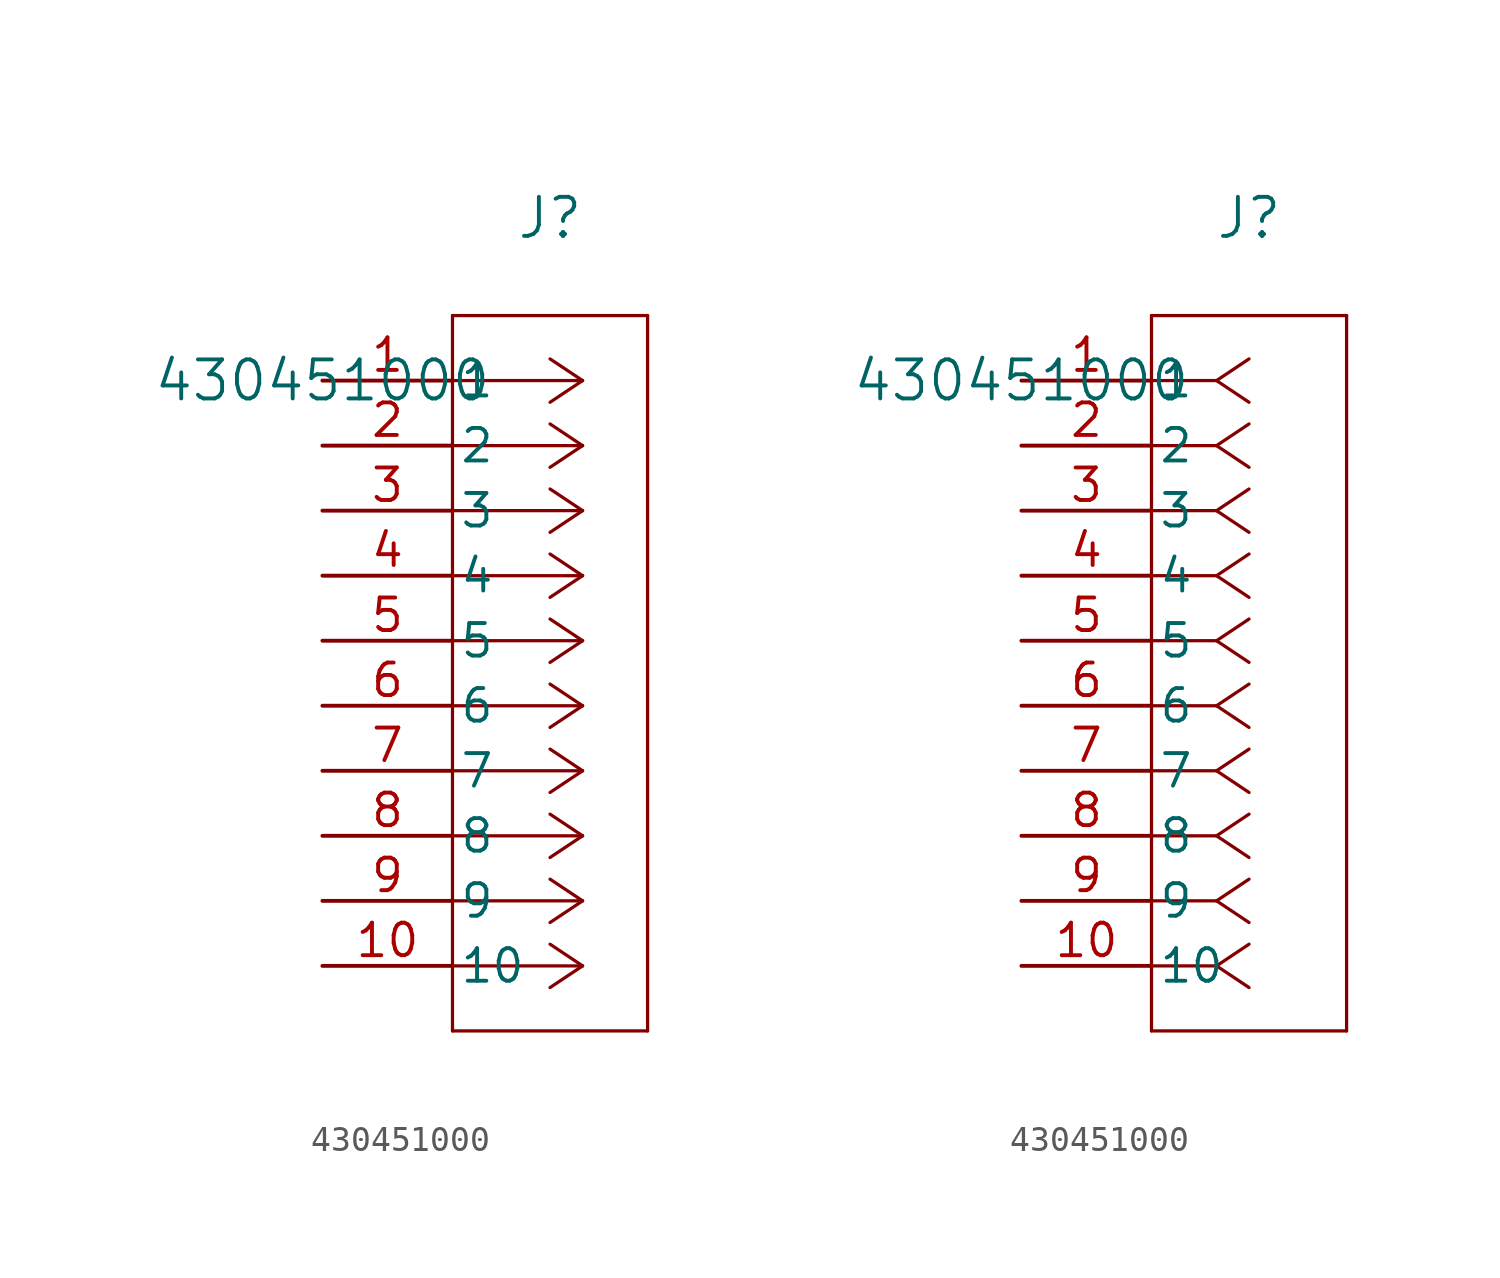
<source format=kicad_sym>
(kicad_symbol_lib
  (version 20231120)
  (generator "kicad_symbol_editor")
  (generator_version "8.0")
  (symbol "430451000"
    (pin_names
      (offset 0.254))
    (property "Reference" "J"
      (at 8.89 6.35 0)
      (effects (font (size 1.524 1.524))))
    (property "Value" "430451000"
      (at 0 0 0)
      (effects (font (size 1.524 1.524))))
    (property "ki_locked" ""
      (at 0 0 0)
      (effects (font (size 1.27 1.27))))
    (symbol "430451000_1_1"
      (polyline (pts (xy 5.08 -25.4) (xy 12.7 -25.4)) (stroke (width 0.127) (type default)) (fill (type none)))
      (polyline (pts (xy 5.08 2.54) (xy 5.08 -25.4)) (stroke (width 0.127) (type default)) (fill (type none)))
      (polyline (pts (xy 10.16 -22.86) (xy 5.08 -22.86)) (stroke (width 0.127) (type default)) (fill (type none)))
      (polyline (pts (xy 10.16 -22.86) (xy 8.89 -23.707)) (stroke (width 0.127) (type default)) (fill (type none)))
      (polyline (pts (xy 10.16 -22.86) (xy 8.89 -22.013)) (stroke (width 0.127) (type default)) (fill (type none)))
      (polyline (pts (xy 10.16 -20.32) (xy 5.08 -20.32)) (stroke (width 0.127) (type default)) (fill (type none)))
      (polyline (pts (xy 10.16 -20.32) (xy 8.89 -21.167)) (stroke (width 0.127) (type default)) (fill (type none)))
      (polyline (pts (xy 10.16 -20.32) (xy 8.89 -19.473)) (stroke (width 0.127) (type default)) (fill (type none)))
      (polyline (pts (xy 10.16 -17.78) (xy 5.08 -17.78)) (stroke (width 0.127) (type default)) (fill (type none)))
      (polyline (pts (xy 10.16 -17.78) (xy 8.89 -18.627)) (stroke (width 0.127) (type default)) (fill (type none)))
      (polyline (pts (xy 10.16 -17.78) (xy 8.89 -16.933)) (stroke (width 0.127) (type default)) (fill (type none)))
      (polyline (pts (xy 10.16 -15.24) (xy 5.08 -15.24)) (stroke (width 0.127) (type default)) (fill (type none)))
      (polyline (pts (xy 10.16 -15.24) (xy 8.89 -16.087)) (stroke (width 0.127) (type default)) (fill (type none)))
      (polyline (pts (xy 10.16 -15.24) (xy 8.89 -14.393)) (stroke (width 0.127) (type default)) (fill (type none)))
      (polyline (pts (xy 10.16 -12.7) (xy 5.08 -12.7)) (stroke (width 0.127) (type default)) (fill (type none)))
      (polyline (pts (xy 10.16 -12.7) (xy 8.89 -13.547)) (stroke (width 0.127) (type default)) (fill (type none)))
      (polyline (pts (xy 10.16 -12.7) (xy 8.89 -11.853)) (stroke (width 0.127) (type default)) (fill (type none)))
      (polyline (pts (xy 10.16 -10.16) (xy 5.08 -10.16)) (stroke (width 0.127) (type default)) (fill (type none)))
      (polyline (pts (xy 10.16 -10.16) (xy 8.89 -11.007)) (stroke (width 0.127) (type default)) (fill (type none)))
      (polyline (pts (xy 10.16 -10.16) (xy 8.89 -9.313)) (stroke (width 0.127) (type default)) (fill (type none)))
      (polyline (pts (xy 10.16 -7.62) (xy 5.08 -7.62)) (stroke (width 0.127) (type default)) (fill (type none)))
      (polyline (pts (xy 10.16 -7.62) (xy 8.89 -8.467)) (stroke (width 0.127) (type default)) (fill (type none)))
      (polyline (pts (xy 10.16 -7.62) (xy 8.89 -6.773)) (stroke (width 0.127) (type default)) (fill (type none)))
      (polyline (pts (xy 10.16 -5.08) (xy 5.08 -5.08)) (stroke (width 0.127) (type default)) (fill (type none)))
      (polyline (pts (xy 10.16 -5.08) (xy 8.89 -5.927)) (stroke (width 0.127) (type default)) (fill (type none)))
      (polyline (pts (xy 10.16 -5.08) (xy 8.89 -4.233)) (stroke (width 0.127) (type default)) (fill (type none)))
      (polyline (pts (xy 10.16 -2.54) (xy 5.08 -2.54)) (stroke (width 0.127) (type default)) (fill (type none)))
      (polyline (pts (xy 10.16 -2.54) (xy 8.89 -3.387)) (stroke (width 0.127) (type default)) (fill (type none)))
      (polyline (pts (xy 10.16 -2.54) (xy 8.89 -1.693)) (stroke (width 0.127) (type default)) (fill (type none)))
      (polyline (pts (xy 10.16 0) (xy 5.08 0)) (stroke (width 0.127) (type default)) (fill (type none)))
      (polyline (pts (xy 10.16 0) (xy 8.89 -0.847)) (stroke (width 0.127) (type default)) (fill (type none)))
      (polyline (pts (xy 10.16 0) (xy 8.89 0.847)) (stroke (width 0.127) (type default)) (fill (type none)))
      (polyline (pts (xy 12.7 -25.4) (xy 12.7 2.54)) (stroke (width 0.127) (type default)) (fill (type none)))
      (polyline (pts (xy 12.7 2.54) (xy 5.08 2.54)) (stroke (width 0.127) (type default)) (fill (type none)))
      (pin unspecified line (at 0 0 0) (length 5.08) (name "1" (effects (font (size 1.27 1.27)))) (number "1" (effects (font (size 1.27 1.27)))))
      (pin unspecified line (at 0 -22.86 0) (length 5.08) (name "10" (effects (font (size 1.27 1.27)))) (number "10" (effects (font (size 1.27 1.27)))))
      (pin unspecified line (at 0 -2.54 0) (length 5.08) (name "2" (effects (font (size 1.27 1.27)))) (number "2" (effects (font (size 1.27 1.27)))))
      (pin unspecified line (at 0 -5.08 0) (length 5.08) (name "3" (effects (font (size 1.27 1.27)))) (number "3" (effects (font (size 1.27 1.27)))))
      (pin unspecified line (at 0 -7.62 0) (length 5.08) (name "4" (effects (font (size 1.27 1.27)))) (number "4" (effects (font (size 1.27 1.27)))))
      (pin unspecified line (at 0 -10.16 0) (length 5.08) (name "5" (effects (font (size 1.27 1.27)))) (number "5" (effects (font (size 1.27 1.27)))))
      (pin unspecified line (at 0 -12.7 0) (length 5.08) (name "6" (effects (font (size 1.27 1.27)))) (number "6" (effects (font (size 1.27 1.27)))))
      (pin unspecified line (at 0 -15.24 0) (length 5.08) (name "7" (effects (font (size 1.27 1.27)))) (number "7" (effects (font (size 1.27 1.27)))))
      (pin unspecified line (at 0 -17.78 0) (length 5.08) (name "8" (effects (font (size 1.27 1.27)))) (number "8" (effects (font (size 1.27 1.27)))))
      (pin unspecified line (at 0 -20.32 0) (length 5.08) (name "9" (effects (font (size 1.27 1.27)))) (number "9" (effects (font (size 1.27 1.27))))))
    (symbol "430451000_1_2"
      (polyline (pts (xy 5.08 -25.4) (xy 12.7 -25.4)) (stroke (width 0.127) (type default)) (fill (type none)))
      (polyline (pts (xy 5.08 2.54) (xy 5.08 -25.4)) (stroke (width 0.127) (type default)) (fill (type none)))
      (polyline (pts (xy 7.62 -22.86) (xy 5.08 -22.86)) (stroke (width 0.127) (type default)) (fill (type none)))
      (polyline (pts (xy 7.62 -22.86) (xy 8.89 -23.707)) (stroke (width 0.127) (type default)) (fill (type none)))
      (polyline (pts (xy 7.62 -22.86) (xy 8.89 -22.013)) (stroke (width 0.127) (type default)) (fill (type none)))
      (polyline (pts (xy 7.62 -20.32) (xy 5.08 -20.32)) (stroke (width 0.127) (type default)) (fill (type none)))
      (polyline (pts (xy 7.62 -20.32) (xy 8.89 -21.167)) (stroke (width 0.127) (type default)) (fill (type none)))
      (polyline (pts (xy 7.62 -20.32) (xy 8.89 -19.473)) (stroke (width 0.127) (type default)) (fill (type none)))
      (polyline (pts (xy 7.62 -17.78) (xy 5.08 -17.78)) (stroke (width 0.127) (type default)) (fill (type none)))
      (polyline (pts (xy 7.62 -17.78) (xy 8.89 -18.627)) (stroke (width 0.127) (type default)) (fill (type none)))
      (polyline (pts (xy 7.62 -17.78) (xy 8.89 -16.933)) (stroke (width 0.127) (type default)) (fill (type none)))
      (polyline (pts (xy 7.62 -15.24) (xy 5.08 -15.24)) (stroke (width 0.127) (type default)) (fill (type none)))
      (polyline (pts (xy 7.62 -15.24) (xy 8.89 -16.087)) (stroke (width 0.127) (type default)) (fill (type none)))
      (polyline (pts (xy 7.62 -15.24) (xy 8.89 -14.393)) (stroke (width 0.127) (type default)) (fill (type none)))
      (polyline (pts (xy 7.62 -12.7) (xy 5.08 -12.7)) (stroke (width 0.127) (type default)) (fill (type none)))
      (polyline (pts (xy 7.62 -12.7) (xy 8.89 -13.547)) (stroke (width 0.127) (type default)) (fill (type none)))
      (polyline (pts (xy 7.62 -12.7) (xy 8.89 -11.853)) (stroke (width 0.127) (type default)) (fill (type none)))
      (polyline (pts (xy 7.62 -10.16) (xy 5.08 -10.16)) (stroke (width 0.127) (type default)) (fill (type none)))
      (polyline (pts (xy 7.62 -10.16) (xy 8.89 -11.007)) (stroke (width 0.127) (type default)) (fill (type none)))
      (polyline (pts (xy 7.62 -10.16) (xy 8.89 -9.313)) (stroke (width 0.127) (type default)) (fill (type none)))
      (polyline (pts (xy 7.62 -7.62) (xy 5.08 -7.62)) (stroke (width 0.127) (type default)) (fill (type none)))
      (polyline (pts (xy 7.62 -7.62) (xy 8.89 -8.467)) (stroke (width 0.127) (type default)) (fill (type none)))
      (polyline (pts (xy 7.62 -7.62) (xy 8.89 -6.773)) (stroke (width 0.127) (type default)) (fill (type none)))
      (polyline (pts (xy 7.62 -5.08) (xy 5.08 -5.08)) (stroke (width 0.127) (type default)) (fill (type none)))
      (polyline (pts (xy 7.62 -5.08) (xy 8.89 -5.927)) (stroke (width 0.127) (type default)) (fill (type none)))
      (polyline (pts (xy 7.62 -5.08) (xy 8.89 -4.233)) (stroke (width 0.127) (type default)) (fill (type none)))
      (polyline (pts (xy 7.62 -2.54) (xy 5.08 -2.54)) (stroke (width 0.127) (type default)) (fill (type none)))
      (polyline (pts (xy 7.62 -2.54) (xy 8.89 -3.387)) (stroke (width 0.127) (type default)) (fill (type none)))
      (polyline (pts (xy 7.62 -2.54) (xy 8.89 -1.693)) (stroke (width 0.127) (type default)) (fill (type none)))
      (polyline (pts (xy 7.62 0) (xy 5.08 0)) (stroke (width 0.127) (type default)) (fill (type none)))
      (polyline (pts (xy 7.62 0) (xy 8.89 -0.847)) (stroke (width 0.127) (type default)) (fill (type none)))
      (polyline (pts (xy 7.62 0) (xy 8.89 0.847)) (stroke (width 0.127) (type default)) (fill (type none)))
      (polyline (pts (xy 12.7 -25.4) (xy 12.7 2.54)) (stroke (width 0.127) (type default)) (fill (type none)))
      (polyline (pts (xy 12.7 2.54) (xy 5.08 2.54)) (stroke (width 0.127) (type default)) (fill (type none)))
      (pin unspecified line (at 0 0 0) (length 5.08) (name "1" (effects (font (size 1.27 1.27)))) (number "1" (effects (font (size 1.27 1.27)))))
      (pin unspecified line (at 0 -22.86 0) (length 5.08) (name "10" (effects (font (size 1.27 1.27)))) (number "10" (effects (font (size 1.27 1.27)))))
      (pin unspecified line (at 0 -2.54 0) (length 5.08) (name "2" (effects (font (size 1.27 1.27)))) (number "2" (effects (font (size 1.27 1.27)))))
      (pin unspecified line (at 0 -5.08 0) (length 5.08) (name "3" (effects (font (size 1.27 1.27)))) (number "3" (effects (font (size 1.27 1.27)))))
      (pin unspecified line (at 0 -7.62 0) (length 5.08) (name "4" (effects (font (size 1.27 1.27)))) (number "4" (effects (font (size 1.27 1.27)))))
      (pin unspecified line (at 0 -10.16 0) (length 5.08) (name "5" (effects (font (size 1.27 1.27)))) (number "5" (effects (font (size 1.27 1.27)))))
      (pin unspecified line (at 0 -12.7 0) (length 5.08) (name "6" (effects (font (size 1.27 1.27)))) (number "6" (effects (font (size 1.27 1.27)))))
      (pin unspecified line (at 0 -15.24 0) (length 5.08) (name "7" (effects (font (size 1.27 1.27)))) (number "7" (effects (font (size 1.27 1.27)))))
      (pin unspecified line (at 0 -17.78 0) (length 5.08) (name "8" (effects (font (size 1.27 1.27)))) (number "8" (effects (font (size 1.27 1.27)))))
      (pin unspecified line (at 0 -20.32 0) (length 5.08) (name "9" (effects (font (size 1.27 1.27)))) (number "9" (effects (font (size 1.27 1.27))))))))
</source>
